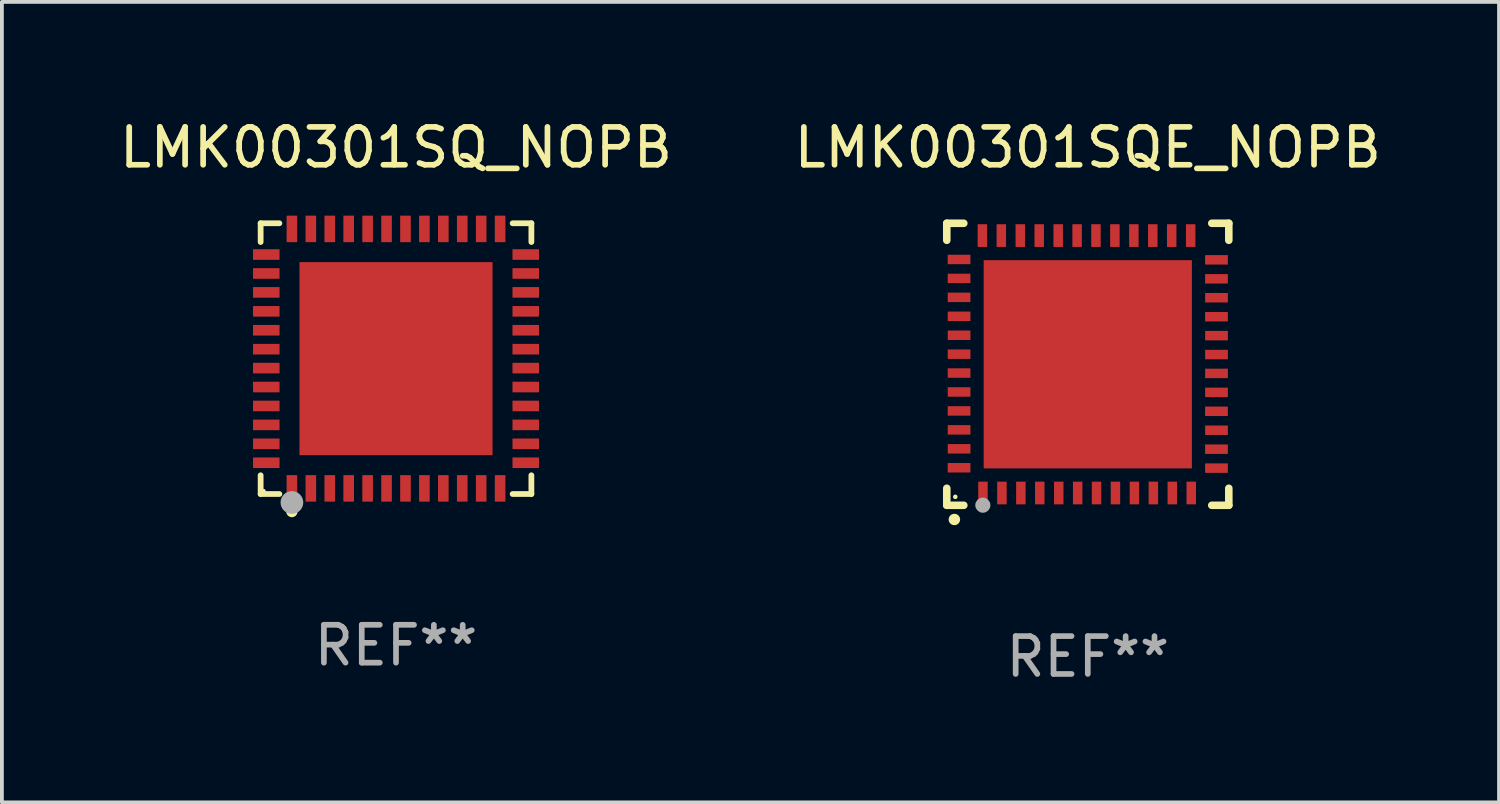
<source format=kicad_pcb>
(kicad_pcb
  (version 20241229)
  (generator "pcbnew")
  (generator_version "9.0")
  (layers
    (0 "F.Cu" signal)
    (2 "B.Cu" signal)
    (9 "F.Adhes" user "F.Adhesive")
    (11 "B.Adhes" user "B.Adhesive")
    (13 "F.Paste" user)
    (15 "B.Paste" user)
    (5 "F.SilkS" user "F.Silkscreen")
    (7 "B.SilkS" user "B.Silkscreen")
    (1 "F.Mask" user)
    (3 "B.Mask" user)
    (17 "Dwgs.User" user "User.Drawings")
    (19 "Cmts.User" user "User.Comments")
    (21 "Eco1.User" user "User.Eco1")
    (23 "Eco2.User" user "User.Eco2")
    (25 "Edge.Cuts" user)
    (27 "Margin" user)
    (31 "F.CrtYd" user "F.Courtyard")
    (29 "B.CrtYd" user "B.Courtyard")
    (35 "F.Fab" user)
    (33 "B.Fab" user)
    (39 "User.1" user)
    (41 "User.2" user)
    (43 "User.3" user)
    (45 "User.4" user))
  (footprint "LMK00301SQE_NOPB"
    (layer "F.Cu")
    (at 25.685 6.573)
    (property "Reference" "LMK00301SQE_NOPB" (at 0 -5.725 0) (layer "F.SilkS") (effects (font (size 1 1) (thickness 0.15))))
    (attr through_hole)
    (fp_line (start -3.725 -3.725) (end -3.275 -3.725) (stroke (width 0.2) (type solid)) (layer "F.SilkS"))
    (fp_line (start -3.725 -3.275) (end -3.725 -3.725) (stroke (width 0.2) (type solid)) (layer "F.SilkS"))
    (fp_line (start -3.725 3.725) (end -3.725 3.275) (stroke (width 0.2) (type solid)) (layer "F.SilkS"))
    (fp_line (start -3.275 3.725) (end -3.725 3.725) (stroke (width 0.2) (type solid)) (layer "F.SilkS"))
    (fp_line (start 3.275 3.725) (end 3.725 3.725) (stroke (width 0.2) (type solid)) (layer "F.SilkS"))
    (fp_line (start 3.725 -3.725) (end 3.275 -3.725) (stroke (width 0.2) (type solid)) (layer "F.SilkS"))
    (fp_line (start 3.725 -3.275) (end 3.725 -3.725) (stroke (width 0.2) (type solid)) (layer "F.SilkS"))
    (fp_line (start 3.725 3.725) (end 3.725 3.275) (stroke (width 0.2) (type solid)) (layer "F.SilkS"))
    (fp_arc (start -3.525527 4.099568) (mid -3.524257 4.099563) (end -3.522987 4.099568) (stroke (width 0.3) (type solid)) (layer "F.SilkS"))
    (fp_circle (center -3.5 3.501) (end -3.47 3.501) (stroke (width 0.06) (type solid)) (fill no) (layer "F.SilkS"))
    (fp_circle (center -2.772 3.722) (end -2.672 3.722) (stroke (width 0.2) (type solid)) (fill no) (layer "F.Fab"))
    (fp_text user "REF**" (at 0 7.725 0) (layer "F.Fab") (effects (font (size 1 1) (thickness 0.15))))
    (pad "1" smd rect (at -2.769 3.4 180) (size 0.25 0.6) (layers "F.Cu" "F.Mask" "F.Paste"))
    (pad "2" smd rect (at -2.268 3.4 180) (size 0.25 0.6) (layers "F.Cu" "F.Mask" "F.Paste"))
    (pad "3" smd rect (at -1.768 3.4 180) (size 0.25 0.6) (layers "F.Cu" "F.Mask" "F.Paste"))
    (pad "4" smd rect (at -1.268 3.4 180) (size 0.25 0.6) (layers "F.Cu" "F.Mask" "F.Paste"))
    (pad "5" smd rect (at -0.767 3.4 180) (size 0.25 0.6) (layers "F.Cu" "F.Mask" "F.Paste"))
    (pad "6" smd rect (at -0.267 3.4 180) (size 0.25 0.6) (layers "F.Cu" "F.Mask" "F.Paste"))
    (pad "7" smd rect (at 0.231 3.4 180) (size 0.25 0.6) (layers "F.Cu" "F.Mask" "F.Paste"))
    (pad "8" smd rect (at 0.731 3.4 180) (size 0.25 0.6) (layers "F.Cu" "F.Mask" "F.Paste"))
    (pad "9" smd rect (at 1.232 3.4 180) (size 0.25 0.6) (layers "F.Cu" "F.Mask" "F.Paste"))
    (pad "10" smd rect (at 1.732 3.4 180) (size 0.25 0.6) (layers "F.Cu" "F.Mask" "F.Paste"))
    (pad "11" smd rect (at 2.233 3.4 180) (size 0.25 0.6) (layers "F.Cu" "F.Mask" "F.Paste"))
    (pad "12" smd rect (at 2.733 3.4 180) (size 0.25 0.6) (layers "F.Cu" "F.Mask" "F.Paste"))
    (pad "13" smd rect (at 3.4 2.743 90) (size 0.25 0.6) (layers "F.Cu" "F.Mask" "F.Paste"))
    (pad "14" smd rect (at 3.4 2.243 90) (size 0.25 0.6) (layers "F.Cu" "F.Mask" "F.Paste"))
    (pad "15" smd rect (at 3.4 1.742 90) (size 0.25 0.6) (layers "F.Cu" "F.Mask" "F.Paste"))
    (pad "16" smd rect (at 3.4 1.242 90) (size 0.25 0.6) (layers "F.Cu" "F.Mask" "F.Paste"))
    (pad "17" smd rect (at 3.4 0.742 90) (size 0.25 0.6) (layers "F.Cu" "F.Mask" "F.Paste"))
    (pad "18" smd rect (at 3.4 0.241 90) (size 0.25 0.6) (layers "F.Cu" "F.Mask" "F.Paste"))
    (pad "19" smd rect (at 3.4 -0.257 90) (size 0.25 0.6) (layers "F.Cu" "F.Mask" "F.Paste"))
    (pad "20" smd rect (at 3.4 -0.757 90) (size 0.25 0.6) (layers "F.Cu" "F.Mask" "F.Paste"))
    (pad "21" smd rect (at 3.4 -1.257 90) (size 0.25 0.6) (layers "F.Cu" "F.Mask" "F.Paste"))
    (pad "22" smd rect (at 3.4 -1.758 90) (size 0.25 0.6) (layers "F.Cu" "F.Mask" "F.Paste"))
    (pad "23" smd rect (at 3.4 -2.258 90) (size 0.25 0.6) (layers "F.Cu" "F.Mask" "F.Paste"))
    (pad "24" smd rect (at 3.4 -2.759 90) (size 0.25 0.6) (layers "F.Cu" "F.Mask" "F.Paste"))
    (pad "25" smd rect (at 2.718 -3.4 180) (size 0.25 0.6) (layers "F.Cu" "F.Mask" "F.Paste"))
    (pad "26" smd rect (at 2.217 -3.4 180) (size 0.25 0.6) (layers "F.Cu" "F.Mask" "F.Paste"))
    (pad "27" smd rect (at 1.717 -3.4 180) (size 0.25 0.6) (layers "F.Cu" "F.Mask" "F.Paste"))
    (pad "28" smd rect (at 1.217 -3.4 180) (size 0.25 0.6) (layers "F.Cu" "F.Mask" "F.Paste"))
    (pad "29" smd rect (at 0.716 -3.4 180) (size 0.25 0.6) (layers "F.Cu" "F.Mask" "F.Paste"))
    (pad "30" smd rect (at 0.216 -3.4 180) (size 0.25 0.6) (layers "F.Cu" "F.Mask" "F.Paste"))
    (pad "31" smd rect (at -0.282 -3.4 180) (size 0.25 0.6) (layers "F.Cu" "F.Mask" "F.Paste"))
    (pad "32" smd rect (at -0.782 -3.4 180) (size 0.25 0.6) (layers "F.Cu" "F.Mask" "F.Paste"))
    (pad "33" smd rect (at -1.283 -3.4 180) (size 0.25 0.6) (layers "F.Cu" "F.Mask" "F.Paste"))
    (pad "34" smd rect (at -1.783 -3.4 180) (size 0.25 0.6) (layers "F.Cu" "F.Mask" "F.Paste"))
    (pad "35" smd rect (at -2.284 -3.4 180) (size 0.25 0.6) (layers "F.Cu" "F.Mask" "F.Paste"))
    (pad "36" smd rect (at -2.784 -3.4 180) (size 0.25 0.6) (layers "F.Cu" "F.Mask" "F.Paste"))
    (pad "37" smd rect (at -3.4 -2.769 90) (size 0.25 0.6) (layers "F.Cu" "F.Mask" "F.Paste"))
    (pad "38" smd rect (at -3.4 -2.268 90) (size 0.25 0.6) (layers "F.Cu" "F.Mask" "F.Paste"))
    (pad "39" smd rect (at -3.4 -1.768 90) (size 0.25 0.6) (layers "F.Cu" "F.Mask" "F.Paste"))
    (pad "40" smd rect (at -3.4 -1.268 90) (size 0.25 0.6) (layers "F.Cu" "F.Mask" "F.Paste"))
    (pad "41" smd rect (at -3.4 -0.767 90) (size 0.25 0.6) (layers "F.Cu" "F.Mask" "F.Paste"))
    (pad "42" smd rect (at -3.4 -0.267 90) (size 0.25 0.6) (layers "F.Cu" "F.Mask" "F.Paste"))
    (pad "43" smd rect (at -3.4 0.231 90) (size 0.25 0.6) (layers "F.Cu" "F.Mask" "F.Paste"))
    (pad "44" smd rect (at -3.4 0.731 90) (size 0.25 0.6) (layers "F.Cu" "F.Mask" "F.Paste"))
    (pad "45" smd rect (at -3.4 1.232 90) (size 0.25 0.6) (layers "F.Cu" "F.Mask" "F.Paste"))
    (pad "46" smd rect (at -3.4 1.732 90) (size 0.25 0.6) (layers "F.Cu" "F.Mask" "F.Paste"))
    (pad "47" smd rect (at -3.4 2.233 90) (size 0.25 0.6) (layers "F.Cu" "F.Mask" "F.Paste"))
    (pad "48" smd rect (at -3.4 2.733 90) (size 0.25 0.6) (layers "F.Cu" "F.Mask" "F.Paste"))
    (pad "49" smd rect (at -0.000076 -0.000076 90) (size 5.5 5.5) (layers "F.Cu" "F.Mask" "F.Paste")))
  (footprint "LMK00301SQ_NOPB"
    (layer "F.Cu")
    (at 7.411 6.424)
    (property "Reference" "LMK00301SQ_NOPB" (at 0 -5.576 0) (layer "F.SilkS") (effects (font (size 1 1) (thickness 0.15))))
    (attr through_hole)
    (fp_line (start -3.576 -3.576) (end -3.081 -3.576) (stroke (width 0.152) (type solid)) (layer "F.SilkS"))
    (fp_line (start -3.576 -3.081) (end -3.576 -3.576) (stroke (width 0.152) (type solid)) (layer "F.SilkS"))
    (fp_line (start -3.576 3.081) (end -3.576 3.576) (stroke (width 0.152) (type solid)) (layer "F.SilkS"))
    (fp_line (start -3.576 3.576) (end -3.081 3.576) (stroke (width 0.152) (type solid)) (layer "F.SilkS"))
    (fp_line (start 3.576 -3.576) (end 3.081 -3.576) (stroke (width 0.152) (type solid)) (layer "F.SilkS"))
    (fp_line (start 3.576 -3.081) (end 3.576 -3.576) (stroke (width 0.152) (type solid)) (layer "F.SilkS"))
    (fp_line (start 3.576 3.081) (end 3.576 3.576) (stroke (width 0.152) (type solid)) (layer "F.SilkS"))
    (fp_line (start 3.576 3.576) (end 3.081 3.576) (stroke (width 0.152) (type solid)) (layer "F.SilkS"))
    (fp_circle (center -3.5 3.5) (end -3.47 3.5) (stroke (width 0.06) (type solid)) (fill no) (layer "F.SilkS"))
    (fp_circle (center -2.75 4.04) (end -2.675 4.04) (stroke (width 0.15) (type solid)) (fill no) (layer "F.SilkS"))
    (fp_circle (center -2.75 3.8) (end -2.6 3.8) (stroke (width 0.3) (type solid)) (fill no) (layer "F.Fab"))
    (fp_text user "REF**" (at 0 7.576 0) (layer "F.Fab") (effects (font (size 1 1) (thickness 0.15))))
    (pad "1" smd rect (at -2.75 3.427) (size 0.28 0.7) (layers "F.Cu" "F.Mask" "F.Paste"))
    (pad "2" smd rect (at -2.25 3.427) (size 0.28 0.7) (layers "F.Cu" "F.Mask" "F.Paste"))
    (pad "3" smd rect (at -1.75 3.427) (size 0.28 0.7) (layers "F.Cu" "F.Mask" "F.Paste"))
    (pad "4" smd rect (at -1.25 3.427) (size 0.28 0.7) (layers "F.Cu" "F.Mask" "F.Paste"))
    (pad "5" smd rect (at -0.75 3.427) (size 0.28 0.7) (layers "F.Cu" "F.Mask" "F.Paste"))
    (pad "6" smd rect (at -0.25 3.427) (size 0.28 0.7) (layers "F.Cu" "F.Mask" "F.Paste"))
    (pad "7" smd rect (at 0.25 3.427) (size 0.28 0.7) (layers "F.Cu" "F.Mask" "F.Paste"))
    (pad "8" smd rect (at 0.75 3.427) (size 0.28 0.7) (layers "F.Cu" "F.Mask" "F.Paste"))
    (pad "9" smd rect (at 1.25 3.427) (size 0.28 0.7) (layers "F.Cu" "F.Mask" "F.Paste"))
    (pad "10" smd rect (at 1.75 3.427) (size 0.28 0.7) (layers "F.Cu" "F.Mask" "F.Paste"))
    (pad "11" smd rect (at 2.25 3.427) (size 0.28 0.7) (layers "F.Cu" "F.Mask" "F.Paste"))
    (pad "12" smd rect (at 2.75 3.427) (size 0.28 0.7) (layers "F.Cu" "F.Mask" "F.Paste"))
    (pad "13" smd rect (at 3.427 2.75) (size 0.7 0.28) (layers "F.Cu" "F.Mask" "F.Paste"))
    (pad "14" smd rect (at 3.427 2.25) (size 0.7 0.28) (layers "F.Cu" "F.Mask" "F.Paste"))
    (pad "15" smd rect (at 3.427 1.75) (size 0.7 0.28) (layers "F.Cu" "F.Mask" "F.Paste"))
    (pad "16" smd rect (at 3.427 1.25) (size 0.7 0.28) (layers "F.Cu" "F.Mask" "F.Paste"))
    (pad "17" smd rect (at 3.427 0.75) (size 0.7 0.28) (layers "F.Cu" "F.Mask" "F.Paste"))
    (pad "18" smd rect (at 3.427 0.25) (size 0.7 0.28) (layers "F.Cu" "F.Mask" "F.Paste"))
    (pad "19" smd rect (at 3.427 -0.25) (size 0.7 0.28) (layers "F.Cu" "F.Mask" "F.Paste"))
    (pad "20" smd rect (at 3.427 -0.75) (size 0.7 0.28) (layers "F.Cu" "F.Mask" "F.Paste"))
    (pad "21" smd rect (at 3.427 -1.25) (size 0.7 0.28) (layers "F.Cu" "F.Mask" "F.Paste"))
    (pad "22" smd rect (at 3.427 -1.75) (size 0.7 0.28) (layers "F.Cu" "F.Mask" "F.Paste"))
    (pad "23" smd rect (at 3.427 -2.25) (size 0.7 0.28) (layers "F.Cu" "F.Mask" "F.Paste"))
    (pad "24" smd rect (at 3.427 -2.75) (size 0.7 0.28) (layers "F.Cu" "F.Mask" "F.Paste"))
    (pad "25" smd rect (at 2.75 -3.427) (size 0.28 0.7) (layers "F.Cu" "F.Mask" "F.Paste"))
    (pad "26" smd rect (at 2.25 -3.427) (size 0.28 0.7) (layers "F.Cu" "F.Mask" "F.Paste"))
    (pad "27" smd rect (at 1.75 -3.427) (size 0.28 0.7) (layers "F.Cu" "F.Mask" "F.Paste"))
    (pad "28" smd rect (at 1.25 -3.427) (size 0.28 0.7) (layers "F.Cu" "F.Mask" "F.Paste"))
    (pad "29" smd rect (at 0.75 -3.427) (size 0.28 0.7) (layers "F.Cu" "F.Mask" "F.Paste"))
    (pad "30" smd rect (at 0.25 -3.427) (size 0.28 0.7) (layers "F.Cu" "F.Mask" "F.Paste"))
    (pad "31" smd rect (at -0.25 -3.427) (size 0.28 0.7) (layers "F.Cu" "F.Mask" "F.Paste"))
    (pad "32" smd rect (at -0.75 -3.427) (size 0.28 0.7) (layers "F.Cu" "F.Mask" "F.Paste"))
    (pad "33" smd rect (at -1.25 -3.427) (size 0.28 0.7) (layers "F.Cu" "F.Mask" "F.Paste"))
    (pad "34" smd rect (at -1.75 -3.427) (size 0.28 0.7) (layers "F.Cu" "F.Mask" "F.Paste"))
    (pad "35" smd rect (at -2.25 -3.427) (size 0.28 0.7) (layers "F.Cu" "F.Mask" "F.Paste"))
    (pad "36" smd rect (at -2.75 -3.427) (size 0.28 0.7) (layers "F.Cu" "F.Mask" "F.Paste"))
    (pad "37" smd rect (at -3.427 -2.75) (size 0.7 0.28) (layers "F.Cu" "F.Mask" "F.Paste"))
    (pad "38" smd rect (at -3.427 -2.25) (size 0.7 0.28) (layers "F.Cu" "F.Mask" "F.Paste"))
    (pad "39" smd rect (at -3.427 -1.75) (size 0.7 0.28) (layers "F.Cu" "F.Mask" "F.Paste"))
    (pad "40" smd rect (at -3.427 -1.25) (size 0.7 0.28) (layers "F.Cu" "F.Mask" "F.Paste"))
    (pad "41" smd rect (at -3.427 -0.75) (size 0.7 0.28) (layers "F.Cu" "F.Mask" "F.Paste"))
    (pad "42" smd rect (at -3.427 -0.25) (size 0.7 0.28) (layers "F.Cu" "F.Mask" "F.Paste"))
    (pad "43" smd rect (at -3.427 0.25) (size 0.7 0.28) (layers "F.Cu" "F.Mask" "F.Paste"))
    (pad "44" smd rect (at -3.427 0.75) (size 0.7 0.28) (layers "F.Cu" "F.Mask" "F.Paste"))
    (pad "45" smd rect (at -3.427 1.25) (size 0.7 0.28) (layers "F.Cu" "F.Mask" "F.Paste"))
    (pad "46" smd rect (at -3.427 1.75) (size 0.7 0.28) (layers "F.Cu" "F.Mask" "F.Paste"))
    (pad "47" smd rect (at -3.427 2.25) (size 0.7 0.28) (layers "F.Cu" "F.Mask" "F.Paste"))
    (pad "48" smd rect (at -3.427 2.75) (size 0.7 0.28) (layers "F.Cu" "F.Mask" "F.Paste"))
    (pad "49" smd rect (at 0 0) (size 5.1 5.1) (layers "F.Cu" "F.Mask" "F.Paste")))
  (gr_rect
    (start -3 -3)
    (end 36.548 18.146)
    (stroke (width 0.1) (type default))
    (fill no)
    (layer "Edge.Cuts")))
</source>
